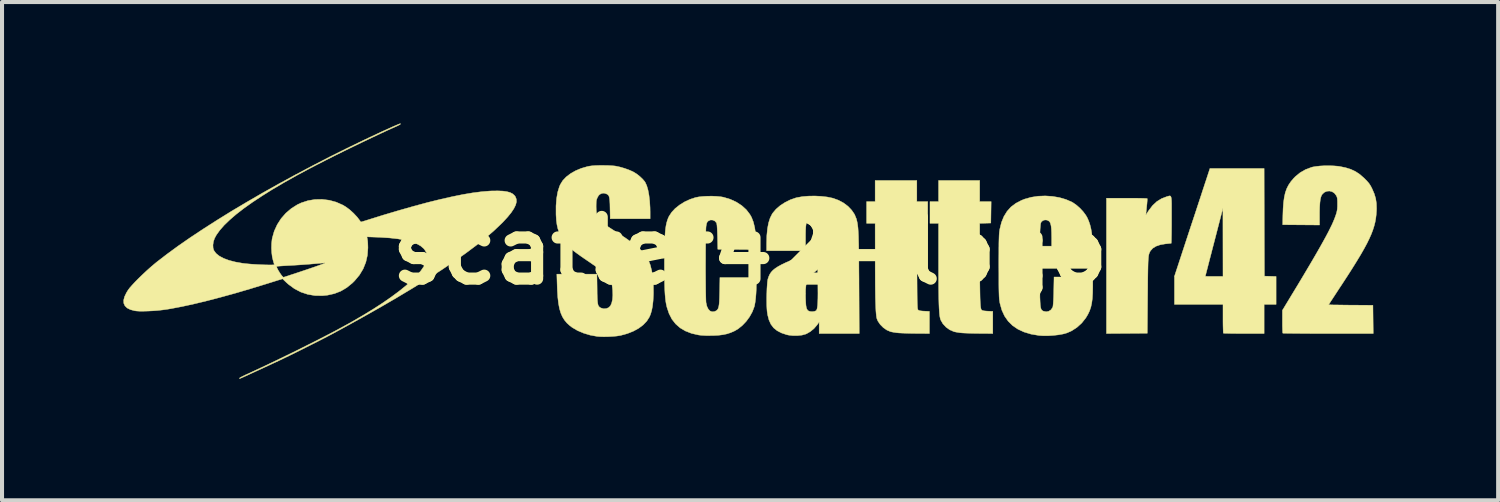
<source format=kicad_pcb>
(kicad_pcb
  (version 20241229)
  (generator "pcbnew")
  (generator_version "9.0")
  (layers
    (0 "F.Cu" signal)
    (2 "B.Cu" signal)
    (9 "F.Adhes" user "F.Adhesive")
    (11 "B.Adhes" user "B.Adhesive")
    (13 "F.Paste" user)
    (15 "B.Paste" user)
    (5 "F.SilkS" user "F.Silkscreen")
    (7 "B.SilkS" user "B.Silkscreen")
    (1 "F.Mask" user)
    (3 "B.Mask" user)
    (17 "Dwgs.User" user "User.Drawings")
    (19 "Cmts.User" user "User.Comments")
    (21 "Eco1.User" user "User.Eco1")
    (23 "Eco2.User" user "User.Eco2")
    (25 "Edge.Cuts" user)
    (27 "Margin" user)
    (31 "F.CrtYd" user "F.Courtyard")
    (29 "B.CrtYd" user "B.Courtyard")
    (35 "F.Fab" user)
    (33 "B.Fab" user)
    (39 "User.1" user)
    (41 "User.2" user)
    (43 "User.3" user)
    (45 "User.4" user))
  (footprint "scatter42-logo"
    (layer "F.Cu")
    (at 15.481 3.144)
    (property "Reference" "scatter42-logo" (at 0 0 0) (layer "F.SilkS") (effects (font (size 1.524 1.524) (thickness 0.3))))
    (attr through_hole)
    (fp_poly (pts (xy 4.12 -1.214) (xy 4.389 -1.214) (xy 4.389 -0.677) (xy 4.12 -0.677) (xy 4.124 0.381) (xy 4.124 0.579) (xy 4.125 0.752) (xy 4.126 0.9) (xy 4.127 1.025) (xy 4.128 1.13) (xy 4.129 1.216) (xy 4.131 1.286) (xy 4.133 1.34) (xy 4.135 1.382) (xy 4.137 1.413) (xy 4.14 1.434) (xy 4.144 1.449) (xy 4.148 1.458) (xy 4.152 1.463) (xy 4.173 1.476) (xy 4.209 1.485) (xy 4.264 1.491) (xy 4.304 1.493) (xy 4.431 1.499) (xy 4.431 2.046) (xy 4.124 2.044) (xy 4.023 2.043) (xy 3.923 2.041) (xy 3.829 2.038) (xy 3.749 2.035) (xy 3.689 2.032) (xy 3.682 2.032) (xy 3.612 2.025) (xy 3.542 2.014) (xy 3.484 2.003) (xy 3.469 1.999) (xy 3.378 1.96) (xy 3.292 1.9) (xy 3.217 1.825) (xy 3.16 1.742) (xy 3.137 1.69) (xy 3.128 1.659) (xy 3.121 1.615) (xy 3.115 1.558) (xy 3.109 1.486) (xy 3.105 1.396) (xy 3.101 1.288) (xy 3.097 1.161) (xy 3.095 1.012) (xy 3.093 0.841) (xy 3.092 0.645) (xy 3.091 0.423) (xy 3.091 0.258) (xy 3.09 -0.677) (xy 2.879 -0.677) (xy 2.879 -1.214) (xy 3.09 -1.214) (xy 3.09 -1.736) (xy 4.12 -1.736) (xy 4.12 -1.214)) (stroke (width 0.01) (type solid)) (fill yes) (layer "F.SilkS"))
    (fp_poly (pts (xy 12.703 -0.702) (xy 12.707 0.628) (xy 12.852 0.632) (xy 12.996 0.636) (xy 12.996 1.326) (xy 12.7 1.326) (xy 12.7 2.046) (xy 12.201 2.046) (xy 12.085 2.046) (xy 11.979 2.045) (xy 11.884 2.044) (xy 11.805 2.042) (xy 11.745 2.041) (xy 11.706 2.039) (xy 11.693 2.037) (xy 11.691 2.021) (xy 11.689 1.98) (xy 11.687 1.919) (xy 11.685 1.842) (xy 11.684 1.752) (xy 11.684 1.677) (xy 11.684 1.326) (xy 10.485 1.326) (xy 10.485 0.631) (xy 11.247 0.631) (xy 11.26 0.633) (xy 11.297 0.634) (xy 11.352 0.634) (xy 11.421 0.635) (xy 11.465 0.635) (xy 11.684 0.635) (xy 11.683 -0.208) (xy 11.682 -1.051) (xy 11.465 -0.212) (xy 11.426 -0.063) (xy 11.39 0.078) (xy 11.356 0.207) (xy 11.326 0.324) (xy 11.3 0.426) (xy 11.278 0.509) (xy 11.262 0.573) (xy 11.251 0.615) (xy 11.247 0.631) (xy 11.247 0.631) (xy 10.485 0.631) (xy 10.485 0.631) (xy 10.824 -0.401) (xy 10.881 -0.574) (xy 10.938 -0.746) (xy 10.994 -0.914) (xy 11.047 -1.076) (xy 11.097 -1.228) (xy 11.143 -1.367) (xy 11.183 -1.491) (xy 11.218 -1.596) (xy 11.245 -1.679) (xy 11.263 -1.732) (xy 11.361 -2.032) (xy 12.7 -2.032) (xy 12.703 -0.702)) (stroke (width 0.01) (type solid)) (fill yes) (layer "F.SilkS"))
    (fp_poly (pts (xy 5.673 -1.214) (xy 5.956 -1.214) (xy 5.948 -0.684) (xy 5.81 -0.68) (xy 5.673 -0.676) (xy 5.674 0.195) (xy 5.674 0.415) (xy 5.675 0.608) (xy 5.676 0.777) (xy 5.678 0.922) (xy 5.68 1.046) (xy 5.682 1.15) (xy 5.685 1.236) (xy 5.689 1.305) (xy 5.693 1.36) (xy 5.698 1.401) (xy 5.704 1.431) (xy 5.711 1.451) (xy 5.718 1.463) (xy 5.718 1.463) (xy 5.74 1.476) (xy 5.776 1.485) (xy 5.833 1.491) (xy 5.87 1.493) (xy 5.997 1.499) (xy 5.997 2.046) (xy 5.69 2.044) (xy 5.59 2.043) (xy 5.489 2.041) (xy 5.395 2.038) (xy 5.315 2.035) (xy 5.255 2.032) (xy 5.248 2.032) (xy 5.178 2.025) (xy 5.109 2.014) (xy 5.052 2.003) (xy 5.037 1.999) (xy 4.934 1.955) (xy 4.842 1.889) (xy 4.764 1.805) (xy 4.712 1.715) (xy 4.702 1.689) (xy 4.694 1.655) (xy 4.686 1.613) (xy 4.68 1.56) (xy 4.675 1.494) (xy 4.67 1.415) (xy 4.666 1.319) (xy 4.663 1.206) (xy 4.661 1.073) (xy 4.659 0.919) (xy 4.658 0.743) (xy 4.657 0.542) (xy 4.657 0.314) (xy 4.657 0.286) (xy 4.657 -0.677) (xy 4.445 -0.677) (xy 4.445 -1.214) (xy 4.657 -1.214) (xy 4.657 -1.736) (xy 5.673 -1.736) (xy 5.673 -1.214)) (stroke (width 0.01) (type solid)) (fill yes) (layer "F.SilkS"))
    (fp_poly (pts (xy 10.382 -1.352) (xy 10.393 -1.342) (xy 10.402 -1.32) (xy 10.408 -1.285) (xy 10.412 -1.235) (xy 10.414 -1.167) (xy 10.414 -1.079) (xy 10.414 -0.968) (xy 10.414 -0.832) (xy 10.414 -0.769) (xy 10.414 -0.644) (xy 10.413 -0.527) (xy 10.412 -0.423) (xy 10.41 -0.334) (xy 10.409 -0.263) (xy 10.407 -0.213) (xy 10.405 -0.186) (xy 10.403 -0.183) (xy 10.386 -0.182) (xy 10.346 -0.178) (xy 10.293 -0.172) (xy 10.26 -0.169) (xy 10.133 -0.147) (xy 10.029 -0.111) (xy 9.949 -0.061) (xy 9.892 0.003) (xy 9.882 0.02) (xy 9.872 0.04) (xy 9.863 0.061) (xy 9.856 0.083) (xy 9.849 0.11) (xy 9.844 0.144) (xy 9.84 0.187) (xy 9.836 0.241) (xy 9.833 0.308) (xy 9.831 0.39) (xy 9.829 0.49) (xy 9.827 0.61) (xy 9.825 0.751) (xy 9.824 0.917) (xy 9.822 1.094) (xy 9.814 2.039) (xy 8.805 2.046) (xy 8.805 -1.298) (xy 9.305 -1.298) (xy 9.421 -1.298) (xy 9.528 -1.297) (xy 9.623 -1.296) (xy 9.701 -1.294) (xy 9.761 -1.292) (xy 9.799 -1.29) (xy 9.812 -1.288) (xy 9.813 -1.27) (xy 9.811 -1.231) (xy 9.807 -1.179) (xy 9.806 -1.164) (xy 9.799 -1.096) (xy 9.792 -1.025) (xy 9.786 -0.967) (xy 9.786 -0.967) (xy 9.778 -0.882) (xy 9.846 -0.988) (xy 9.942 -1.114) (xy 10.048 -1.214) (xy 10.166 -1.287) (xy 10.291 -1.335) (xy 10.321 -1.344) (xy 10.346 -1.351) (xy 10.366 -1.355) (xy 10.382 -1.352)) (stroke (width 0.01) (type solid)) (fill yes) (layer "F.SilkS"))
    (fp_poly (pts (xy -0.822 -1.343) (xy -0.722 -1.333) (xy -0.658 -1.322) (xy -0.49 -1.271) (xy -0.339 -1.202) (xy -0.206 -1.115) (xy -0.094 -1.014) (xy -0.005 -0.898) (xy 0.036 -0.826) (xy 0.081 -0.71) (xy 0.115 -0.57) (xy 0.139 -0.405) (xy 0.151 -0.236) (xy 0.16 -0.028) (xy -0.319 -0.032) (xy -0.797 -0.035) (xy -0.804 -0.346) (xy -0.808 -0.468) (xy -0.813 -0.563) (xy -0.818 -0.632) (xy -0.825 -0.674) (xy -0.829 -0.687) (xy -0.869 -0.733) (xy -0.92 -0.757) (xy -0.975 -0.76) (xy -1.027 -0.738) (xy -1.037 -0.73) (xy -1.059 -0.707) (xy -1.073 -0.675) (xy -1.083 -0.627) (xy -1.087 -0.6) (xy -1.09 -0.565) (xy -1.092 -0.505) (xy -1.094 -0.424) (xy -1.096 -0.324) (xy -1.097 -0.208) (xy -1.098 -0.081) (xy -1.099 0.056) (xy -1.099 0.199) (xy -1.1 0.345) (xy -1.1 0.491) (xy -1.099 0.634) (xy -1.098 0.77) (xy -1.097 0.897) (xy -1.096 1.011) (xy -1.094 1.11) (xy -1.092 1.189) (xy -1.09 1.247) (xy -1.088 1.279) (xy -1.067 1.372) (xy -1.034 1.441) (xy -0.992 1.487) (xy -0.941 1.508) (xy -0.883 1.504) (xy -0.848 1.489) (xy -0.822 1.473) (xy -0.802 1.452) (xy -0.786 1.422) (xy -0.774 1.381) (xy -0.765 1.325) (xy -0.759 1.251) (xy -0.755 1.155) (xy -0.752 1.036) (xy -0.751 1.005) (xy -0.745 0.663) (xy 0.155 0.663) (xy 0.155 0.829) (xy 0.153 0.945) (xy 0.147 1.062) (xy 0.138 1.173) (xy 0.126 1.271) (xy 0.112 1.351) (xy 0.104 1.383) (xy 0.057 1.507) (xy -0.011 1.63) (xy -0.095 1.745) (xy -0.192 1.847) (xy -0.296 1.931) (xy -0.381 1.981) (xy -0.476 2.023) (xy -0.57 2.054) (xy -0.669 2.075) (xy -0.78 2.089) (xy -0.911 2.096) (xy -0.931 2.096) (xy -1.081 2.097) (xy -1.203 2.09) (xy -1.271 2.082) (xy -1.444 2.043) (xy -1.596 1.984) (xy -1.727 1.907) (xy -1.838 1.81) (xy -1.93 1.693) (xy -2.001 1.555) (xy -2.054 1.397) (xy -2.073 1.312) (xy -2.084 1.246) (xy -2.093 1.169) (xy -2.101 1.078) (xy -2.107 0.972) (xy -2.111 0.847) (xy -2.114 0.701) (xy -2.116 0.532) (xy -2.116 0.337) (xy -2.116 0.325) (xy -2.116 0.125) (xy -2.114 -0.049) (xy -2.111 -0.199) (xy -2.105 -0.329) (xy -2.098 -0.44) (xy -2.089 -0.535) (xy -2.077 -0.616) (xy -2.062 -0.687) (xy -2.044 -0.749) (xy -2.024 -0.804) (xy -2.002 -0.851) (xy -1.937 -0.95) (xy -1.849 -1.045) (xy -1.74 -1.131) (xy -1.616 -1.208) (xy -1.479 -1.271) (xy -1.348 -1.314) (xy -1.266 -1.33) (xy -1.164 -1.341) (xy -1.051 -1.347) (xy -0.934 -1.348) (xy -0.822 -1.343)) (stroke (width 0.01) (type solid)) (fill yes) (layer "F.SilkS"))
    (fp_poly (pts (xy 14.42 -2.096) (xy 14.521 -2.088) (xy 14.564 -2.082) (xy 14.715 -2.051) (xy 14.844 -2.01) (xy 14.959 -1.956) (xy 15.064 -1.886) (xy 15.166 -1.797) (xy 15.185 -1.779) (xy 15.243 -1.719) (xy 15.287 -1.669) (xy 15.321 -1.619) (xy 15.353 -1.561) (xy 15.371 -1.524) (xy 15.422 -1.405) (xy 15.456 -1.291) (xy 15.474 -1.172) (xy 15.478 -1.041) (xy 15.476 -0.981) (xy 15.469 -0.886) (xy 15.458 -0.794) (xy 15.441 -0.701) (xy 15.417 -0.608) (xy 15.386 -0.51) (xy 15.347 -0.408) (xy 15.298 -0.298) (xy 15.24 -0.179) (xy 15.17 -0.05) (xy 15.089 0.092) (xy 14.994 0.249) (xy 14.886 0.423) (xy 14.764 0.614) (xy 14.626 0.826) (xy 14.567 0.915) (xy 14.504 1.011) (xy 14.446 1.1) (xy 14.395 1.178) (xy 14.352 1.243) (xy 14.32 1.293) (xy 14.3 1.324) (xy 14.295 1.334) (xy 14.308 1.336) (xy 14.347 1.337) (xy 14.408 1.339) (xy 14.488 1.34) (xy 14.584 1.341) (xy 14.693 1.343) (xy 14.813 1.344) (xy 14.841 1.344) (xy 15.388 1.348) (xy 15.392 1.697) (xy 15.396 2.046) (xy 14.283 2.046) (xy 14.108 2.046) (xy 13.942 2.046) (xy 13.786 2.045) (xy 13.642 2.044) (xy 13.513 2.043) (xy 13.401 2.042) (xy 13.307 2.041) (xy 13.235 2.04) (xy 13.186 2.039) (xy 13.163 2.037) (xy 13.161 2.037) (xy 13.158 2.02) (xy 13.156 1.98) (xy 13.154 1.921) (xy 13.152 1.846) (xy 13.152 1.762) (xy 13.152 1.75) (xy 13.152 1.472) (xy 13.224 1.353) (xy 13.386 1.085) (xy 13.535 0.84) (xy 13.669 0.616) (xy 13.791 0.411) (xy 13.9 0.226) (xy 13.997 0.059) (xy 14.084 -0.093) (xy 14.16 -0.229) (xy 14.227 -0.351) (xy 14.285 -0.46) (xy 14.334 -0.558) (xy 14.377 -0.646) (xy 14.412 -0.725) (xy 14.441 -0.796) (xy 14.465 -0.861) (xy 14.487 -0.927) (xy 14.5 -0.98) (xy 14.508 -1.032) (xy 14.512 -1.094) (xy 14.512 -1.15) (xy 14.512 -1.222) (xy 14.509 -1.273) (xy 14.504 -1.31) (xy 14.493 -1.341) (xy 14.481 -1.365) (xy 14.437 -1.422) (xy 14.379 -1.459) (xy 14.314 -1.475) (xy 14.248 -1.469) (xy 14.187 -1.442) (xy 14.136 -1.394) (xy 14.123 -1.374) (xy 14.104 -1.33) (xy 14.089 -1.269) (xy 14.079 -1.187) (xy 14.072 -1.082) (xy 14.069 -0.954) (xy 14.069 -0.892) (xy 14.069 -0.635) (xy 13.159 -0.642) (xy 13.163 -0.868) (xy 13.169 -1.042) (xy 13.18 -1.192) (xy 13.198 -1.321) (xy 13.223 -1.434) (xy 13.258 -1.533) (xy 13.303 -1.622) (xy 13.359 -1.705) (xy 13.427 -1.786) (xy 13.47 -1.83) (xy 13.588 -1.927) (xy 13.723 -2.005) (xy 13.87 -2.06) (xy 13.899 -2.068) (xy 13.98 -2.082) (xy 14.08 -2.093) (xy 14.192 -2.099) (xy 14.308 -2.1) (xy 14.42 -2.096)) (stroke (width 0.01) (type solid)) (fill yes) (layer "F.SilkS"))
    (fp_poly (pts (xy 7.472 -1.342) (xy 7.643 -1.313) (xy 7.804 -1.266) (xy 7.949 -1.203) (xy 7.982 -1.184) (xy 8.067 -1.124) (xy 8.153 -1.048) (xy 8.232 -0.962) (xy 8.296 -0.875) (xy 8.329 -0.818) (xy 8.367 -0.732) (xy 8.398 -0.641) (xy 8.422 -0.543) (xy 8.441 -0.433) (xy 8.454 -0.308) (xy 8.462 -0.164) (xy 8.466 0.002) (xy 8.467 0.102) (xy 8.467 0.437) (xy 7.151 0.437) (xy 7.157 0.907) (xy 7.159 1.046) (xy 7.161 1.161) (xy 7.165 1.253) (xy 7.169 1.324) (xy 7.175 1.379) (xy 7.183 1.419) (xy 7.194 1.448) (xy 7.208 1.468) (xy 7.225 1.482) (xy 7.246 1.493) (xy 7.252 1.495) (xy 7.317 1.508) (xy 7.379 1.496) (xy 7.432 1.462) (xy 7.471 1.408) (xy 7.481 1.384) (xy 7.485 1.355) (xy 7.49 1.303) (xy 7.495 1.231) (xy 7.499 1.145) (xy 7.502 1.048) (xy 7.503 0.991) (xy 7.51 0.649) (xy 8.467 0.649) (xy 8.467 0.893) (xy 8.464 1.048) (xy 8.456 1.181) (xy 8.441 1.295) (xy 8.419 1.395) (xy 8.388 1.485) (xy 8.348 1.57) (xy 8.297 1.656) (xy 8.293 1.662) (xy 8.193 1.788) (xy 8.075 1.895) (xy 7.944 1.98) (xy 7.822 2.033) (xy 7.731 2.058) (xy 7.62 2.078) (xy 7.497 2.092) (xy 7.371 2.1) (xy 7.249 2.101) (xy 7.14 2.094) (xy 7.133 2.093) (xy 6.939 2.06) (xy 6.767 2.008) (xy 6.616 1.938) (xy 6.485 1.849) (xy 6.376 1.741) (xy 6.288 1.615) (xy 6.221 1.47) (xy 6.175 1.306) (xy 6.17 1.283) (xy 6.165 1.251) (xy 6.16 1.217) (xy 6.156 1.178) (xy 6.153 1.132) (xy 6.151 1.076) (xy 6.149 1.008) (xy 6.147 0.924) (xy 6.146 0.823) (xy 6.146 0.701) (xy 6.146 0.557) (xy 6.145 0.387) (xy 6.145 0.374) (xy 6.145 0.202) (xy 6.146 0.056) (xy 6.146 -0.067) (xy 6.147 -0.113) (xy 7.15 -0.113) (xy 7.451 -0.113) (xy 7.451 -0.321) (xy 7.449 -0.441) (xy 7.445 -0.537) (xy 7.437 -0.61) (xy 7.425 -0.665) (xy 7.408 -0.704) (xy 7.387 -0.73) (xy 7.387 -0.73) (xy 7.339 -0.756) (xy 7.286 -0.761) (xy 7.236 -0.746) (xy 7.197 -0.713) (xy 7.183 -0.686) (xy 7.177 -0.658) (xy 7.172 -0.607) (xy 7.166 -0.539) (xy 7.162 -0.459) (xy 7.159 -0.377) (xy 7.15 -0.113) (xy 6.147 -0.113) (xy 6.147 -0.17) (xy 6.149 -0.255) (xy 6.151 -0.324) (xy 6.153 -0.381) (xy 6.156 -0.428) (xy 6.16 -0.467) (xy 6.165 -0.501) (xy 6.17 -0.533) (xy 6.17 -0.534) (xy 6.212 -0.702) (xy 6.272 -0.848) (xy 6.35 -0.974) (xy 6.447 -1.082) (xy 6.565 -1.171) (xy 6.705 -1.244) (xy 6.785 -1.276) (xy 6.946 -1.321) (xy 7.117 -1.347) (xy 7.294 -1.354) (xy 7.472 -1.342)) (stroke (width 0.01) (type solid)) (fill yes) (layer "F.SilkS"))
    (fp_poly (pts (xy 1.756 -1.344) (xy 1.906 -1.327) (xy 2.04 -1.299) (xy 2.049 -1.297) (xy 2.185 -1.247) (xy 2.31 -1.18) (xy 2.42 -1.097) (xy 2.511 -1.001) (xy 2.582 -0.896) (xy 2.628 -0.783) (xy 2.63 -0.773) (xy 2.639 -0.737) (xy 2.647 -0.7) (xy 2.654 -0.661) (xy 2.66 -0.617) (xy 2.666 -0.567) (xy 2.67 -0.509) (xy 2.674 -0.441) (xy 2.678 -0.361) (xy 2.68 -0.266) (xy 2.683 -0.156) (xy 2.685 -0.028) (xy 2.686 0.12) (xy 2.688 0.289) (xy 2.689 0.482) (xy 2.691 0.701) (xy 2.691 0.801) (xy 2.697 2.046) (xy 1.707 2.046) (xy 1.707 1.759) (xy 1.655 1.835) (xy 1.58 1.922) (xy 1.491 1.996) (xy 1.396 2.051) (xy 1.374 2.06) (xy 1.283 2.085) (xy 1.176 2.097) (xy 1.064 2.098) (xy 0.957 2.086) (xy 0.905 2.075) (xy 0.774 2.031) (xy 0.667 1.975) (xy 0.581 1.905) (xy 0.515 1.818) (xy 0.467 1.712) (xy 0.434 1.585) (xy 0.421 1.499) (xy 0.416 1.432) (xy 0.412 1.347) (xy 0.411 1.25) (xy 0.411 1.147) (xy 0.413 1.067) (xy 1.37 1.067) (xy 1.371 1.168) (xy 1.375 1.268) (xy 1.38 1.344) (xy 1.389 1.4) (xy 1.402 1.439) (xy 1.419 1.467) (xy 1.443 1.487) (xy 1.453 1.492) (xy 1.493 1.503) (xy 1.544 1.505) (xy 1.593 1.498) (xy 1.628 1.483) (xy 1.629 1.482) (xy 1.643 1.465) (xy 1.654 1.438) (xy 1.662 1.397) (xy 1.669 1.341) (xy 1.673 1.266) (xy 1.676 1.171) (xy 1.677 1.054) (xy 1.676 0.91) (xy 1.676 0.89) (xy 1.672 0.46) (xy 1.57 0.548) (xy 1.509 0.605) (xy 1.46 0.66) (xy 1.424 0.719) (xy 1.398 0.784) (xy 1.381 0.861) (xy 1.372 0.954) (xy 1.37 1.067) (xy 0.413 1.067) (xy 0.414 1.042) (xy 0.417 0.941) (xy 0.423 0.849) (xy 0.429 0.772) (xy 0.437 0.715) (xy 0.442 0.695) (xy 0.463 0.633) (xy 0.489 0.578) (xy 0.523 0.528) (xy 0.567 0.481) (xy 0.624 0.435) (xy 0.695 0.389) (xy 0.784 0.341) (xy 0.893 0.289) (xy 1.023 0.232) (xy 1.171 0.17) (xy 1.307 0.114) (xy 1.417 0.064) (xy 1.504 0.022) (xy 1.57 -0.015) (xy 1.615 -0.047) (xy 1.643 -0.075) (xy 1.654 -0.092) (xy 1.661 -0.111) (xy 1.667 -0.138) (xy 1.67 -0.176) (xy 1.672 -0.231) (xy 1.672 -0.308) (xy 1.672 -0.357) (xy 1.671 -0.465) (xy 1.668 -0.549) (xy 1.661 -0.613) (xy 1.65 -0.66) (xy 1.635 -0.694) (xy 1.615 -0.72) (xy 1.609 -0.726) (xy 1.569 -0.748) (xy 1.515 -0.757) (xy 1.463 -0.753) (xy 1.439 -0.745) (xy 1.419 -0.73) (xy 1.403 -0.71) (xy 1.39 -0.681) (xy 1.382 -0.638) (xy 1.376 -0.58) (xy 1.372 -0.502) (xy 1.37 -0.402) (xy 1.37 -0.314) (xy 1.369 0) (xy 0.409 0) (xy 0.409 -0.184) (xy 0.414 -0.376) (xy 0.43 -0.543) (xy 0.457 -0.687) (xy 0.495 -0.807) (xy 0.545 -0.907) (xy 0.561 -0.931) (xy 0.642 -1.027) (xy 0.745 -1.116) (xy 0.865 -1.194) (xy 0.996 -1.259) (xy 1.132 -1.306) (xy 1.157 -1.312) (xy 1.289 -1.336) (xy 1.439 -1.349) (xy 1.597 -1.352) (xy 1.756 -1.344)) (stroke (width 0.01) (type solid)) (fill yes) (layer "F.SilkS"))
    (fp_poly (pts (xy -3.523 -2.106) (xy -3.43 -2.101) (xy -3.353 -2.095) (xy -3.316 -2.09) (xy -3.211 -2.067) (xy -3.101 -2.035) (xy -2.995 -1.997) (xy -2.903 -1.957) (xy -2.869 -1.939) (xy -2.793 -1.891) (xy -2.719 -1.831) (xy -2.653 -1.768) (xy -2.602 -1.708) (xy -2.59 -1.688) (xy -2.553 -1.607) (xy -2.522 -1.501) (xy -2.498 -1.374) (xy -2.481 -1.229) (xy -2.471 -1.069) (xy -2.469 -0.958) (xy -2.469 -0.79) (xy -3.455 -0.79) (xy -3.46 -1.048) (xy -3.462 -1.153) (xy -3.466 -1.234) (xy -3.473 -1.294) (xy -3.483 -1.338) (xy -3.498 -1.368) (xy -3.518 -1.388) (xy -3.546 -1.403) (xy -3.565 -1.41) (xy -3.607 -1.422) (xy -3.641 -1.421) (xy -3.678 -1.41) (xy -3.716 -1.39) (xy -3.745 -1.36) (xy -3.768 -1.319) (xy -3.784 -1.284) (xy -3.794 -1.251) (xy -3.8 -1.212) (xy -3.802 -1.159) (xy -3.803 -1.094) (xy -3.801 -1.007) (xy -3.794 -0.934) (xy -3.779 -0.871) (xy -3.755 -0.815) (xy -3.719 -0.762) (xy -3.668 -0.711) (xy -3.6 -0.656) (xy -3.513 -0.595) (xy -3.404 -0.525) (xy -3.369 -0.503) (xy -3.193 -0.391) (xy -3.041 -0.288) (xy -2.91 -0.195) (xy -2.801 -0.108) (xy -2.709 -0.026) (xy -2.634 0.052) (xy -2.575 0.127) (xy -2.528 0.203) (xy -2.511 0.234) (xy -2.465 0.354) (xy -2.429 0.498) (xy -2.403 0.662) (xy -2.389 0.844) (xy -2.387 1.04) (xy -2.388 1.092) (xy -2.396 1.241) (xy -2.41 1.367) (xy -2.43 1.473) (xy -2.457 1.565) (xy -2.486 1.635) (xy -2.551 1.738) (xy -2.641 1.833) (xy -2.753 1.917) (xy -2.885 1.989) (xy -3.034 2.048) (xy -3.199 2.093) (xy -3.209 2.095) (xy -3.292 2.108) (xy -3.394 2.117) (xy -3.505 2.123) (xy -3.615 2.125) (xy -3.716 2.122) (xy -3.782 2.116) (xy -3.952 2.085) (xy -4.114 2.036) (xy -4.265 1.972) (xy -4.397 1.894) (xy -4.451 1.853) (xy -4.524 1.787) (xy -4.585 1.714) (xy -4.636 1.632) (xy -4.677 1.538) (xy -4.709 1.428) (xy -4.733 1.301) (xy -4.75 1.154) (xy -4.761 0.983) (xy -4.765 0.878) (xy -4.774 0.579) (xy -3.784 0.579) (xy -3.779 0.942) (xy -3.778 1.063) (xy -3.775 1.16) (xy -3.771 1.235) (xy -3.765 1.291) (xy -3.757 1.333) (xy -3.745 1.363) (xy -3.729 1.384) (xy -3.709 1.401) (xy -3.683 1.415) (xy -3.619 1.434) (xy -3.55 1.429) (xy -3.491 1.404) (xy -3.449 1.361) (xy -3.419 1.294) (xy -3.399 1.206) (xy -3.391 1.1) (xy -3.395 0.977) (xy -3.4 0.925) (xy -3.41 0.851) (xy -3.422 0.788) (xy -3.441 0.732) (xy -3.467 0.681) (xy -3.504 0.632) (xy -3.553 0.581) (xy -3.618 0.527) (xy -3.7 0.465) (xy -3.802 0.394) (xy -3.888 0.336) (xy -4.035 0.235) (xy -4.162 0.148) (xy -4.268 0.072) (xy -4.357 0.006) (xy -4.431 -0.053) (xy -4.492 -0.106) (xy -4.542 -0.155) (xy -4.583 -0.202) (xy -4.617 -0.249) (xy -4.646 -0.298) (xy -4.673 -0.35) (xy -4.676 -0.355) (xy -4.717 -0.45) (xy -4.748 -0.542) (xy -4.77 -0.639) (xy -4.785 -0.747) (xy -4.793 -0.874) (xy -4.794 -0.904) (xy -4.794 -1.107) (xy -4.78 -1.289) (xy -4.752 -1.45) (xy -4.709 -1.588) (xy -4.688 -1.636) (xy -4.628 -1.733) (xy -4.543 -1.823) (xy -4.437 -1.904) (xy -4.313 -1.975) (xy -4.174 -2.034) (xy -4.023 -2.078) (xy -3.965 -2.09) (xy -3.904 -2.098) (xy -3.822 -2.104) (xy -3.726 -2.107) (xy -3.624 -2.107) (xy -3.523 -2.106)) (stroke (width 0.01) (type solid)) (fill yes) (layer "F.SilkS"))
    (fp_poly (pts (xy -8.638 -3.139) (xy -8.636 -3.131) (xy -8.648 -3.119) (xy -8.676 -3.103) (xy -8.725 -3.079) (xy -8.777 -3.056) (xy -8.951 -2.978) (xy -9.145 -2.888) (xy -9.354 -2.789) (xy -9.575 -2.684) (xy -9.802 -2.574) (xy -10.03 -2.463) (xy -10.256 -2.351) (xy -10.474 -2.241) (xy -10.679 -2.136) (xy -10.868 -2.038) (xy -10.88 -2.032) (xy -11.21 -1.855) (xy -11.517 -1.682) (xy -11.801 -1.515) (xy -12.061 -1.352) (xy -12.298 -1.195) (xy -12.509 -1.045) (xy -12.696 -0.9) (xy -12.857 -0.761) (xy -12.993 -0.63) (xy -13.102 -0.505) (xy -13.186 -0.388) (xy -13.231 -0.304) (xy -13.258 -0.224) (xy -13.27 -0.141) (xy -13.266 -0.065) (xy -13.247 -0.006) (xy -13.193 0.067) (xy -13.112 0.132) (xy -13.005 0.189) (xy -12.874 0.238) (xy -12.719 0.278) (xy -12.54 0.31) (xy -12.474 0.318) (xy -12.404 0.325) (xy -12.322 0.332) (xy -12.233 0.338) (xy -12.14 0.343) (xy -12.049 0.347) (xy -11.963 0.35) (xy -11.886 0.351) (xy -11.823 0.351) (xy -11.779 0.35) (xy -11.756 0.346) (xy -11.755 0.344) (xy -11.759 0.325) (xy -11.77 0.288) (xy -11.784 0.24) (xy -11.805 0.153) (xy -11.818 0.048) (xy -11.824 -0.065) (xy -11.821 -0.178) (xy -11.81 -0.282) (xy -11.805 -0.311) (xy -11.756 -0.483) (xy -11.682 -0.645) (xy -11.586 -0.794) (xy -11.469 -0.928) (xy -11.334 -1.043) (xy -11.184 -1.138) (xy -11.09 -1.182) (xy -10.922 -1.237) (xy -10.748 -1.266) (xy -10.572 -1.269) (xy -10.396 -1.247) (xy -10.227 -1.201) (xy -10.066 -1.13) (xy -9.988 -1.084) (xy -9.892 -1.013) (xy -9.796 -0.926) (xy -9.708 -0.832) (xy -9.636 -0.738) (xy -9.617 -0.71) (xy -9.604 -0.713) (xy -9.57 -0.722) (xy -9.52 -0.737) (xy -9.482 -0.749) (xy -9.066 -0.879) (xy -8.675 -0.995) (xy -8.309 -1.099) (xy -7.968 -1.191) (xy -7.652 -1.269) (xy -7.36 -1.335) (xy -7.093 -1.389) (xy -6.85 -1.43) (xy -6.631 -1.458) (xy -6.436 -1.474) (xy -6.371 -1.477) (xy -6.225 -1.478) (xy -6.104 -1.473) (xy -6.006 -1.459) (xy -5.927 -1.437) (xy -5.866 -1.406) (xy -5.82 -1.365) (xy -5.798 -1.335) (xy -5.775 -1.275) (xy -5.772 -1.206) (xy -5.792 -1.129) (xy -5.835 -1.042) (xy -5.9 -0.944) (xy -5.989 -0.834) (xy -6.102 -0.711) (xy -6.158 -0.656) (xy -6.335 -0.488) (xy -6.54 -0.312) (xy -6.771 -0.128) (xy -7.029 0.065) (xy -7.314 0.266) (xy -7.626 0.476) (xy -7.965 0.695) (xy -8.33 0.921) (xy -8.722 1.156) (xy -9.141 1.4) (xy -9.586 1.651) (xy -10.058 1.912) (xy -10.365 2.078) (xy -10.452 2.124) (xy -10.559 2.179) (xy -10.683 2.243) (xy -10.819 2.311) (xy -10.962 2.383) (xy -11.107 2.456) (xy -11.25 2.527) (xy -11.387 2.594) (xy -11.513 2.655) (xy -11.623 2.708) (xy -11.649 2.72) (xy -11.726 2.756) (xy -11.815 2.797) (xy -11.911 2.842) (xy -12.013 2.889) (xy -12.116 2.937) (xy -12.217 2.983) (xy -12.313 3.027) (xy -12.401 3.068) (xy -12.478 3.103) (xy -12.54 3.131) (xy -12.584 3.15) (xy -12.607 3.16) (xy -12.61 3.161) (xy -12.615 3.15) (xy -12.615 3.149) (xy -12.603 3.139) (xy -12.57 3.12) (xy -12.52 3.095) (xy -12.458 3.065) (xy -12.435 3.055) (xy -12.208 2.95) (xy -11.965 2.836) (xy -11.713 2.716) (xy -11.456 2.591) (xy -11.198 2.465) (xy -10.945 2.338) (xy -10.7 2.215) (xy -10.468 2.096) (xy -10.254 1.984) (xy -10.111 1.907) (xy -9.826 1.75) (xy -9.558 1.594) (xy -9.307 1.441) (xy -9.076 1.291) (xy -8.864 1.144) (xy -8.673 1.002) (xy -8.503 0.865) (xy -8.355 0.734) (xy -8.231 0.61) (xy -8.131 0.493) (xy -8.056 0.384) (xy -8.016 0.306) (xy -7.985 0.21) (xy -7.978 0.123) (xy -7.998 0.044) (xy -8.043 -0.03) (xy -8.065 -0.056) (xy -8.141 -0.12) (xy -8.242 -0.175) (xy -8.369 -0.222) (xy -8.521 -0.261) (xy -8.699 -0.293) (xy -8.903 -0.316) (xy -9.134 -0.331) (xy -9.21 -0.334) (xy -9.466 -0.343) (xy -9.454 -0.281) (xy -9.448 -0.24) (xy -9.444 -0.18) (xy -9.442 -0.111) (xy -9.441 -0.071) (xy -9.454 0.111) (xy -9.493 0.284) (xy -9.559 0.448) (xy -9.651 0.601) (xy -9.769 0.742) (xy -9.826 0.799) (xy -9.965 0.912) (xy -10.112 0.999) (xy -10.269 1.06) (xy -10.439 1.098) (xy -10.565 1.111) (xy -10.75 1.108) (xy -10.928 1.078) (xy -11.097 1.022) (xy -11.255 0.94) (xy -11.401 0.833) (xy -11.45 0.79) (xy -11.551 0.694) (xy -11.931 0.813) (xy -12.336 0.937) (xy -12.72 1.05) (xy -13.083 1.15) (xy -13.424 1.239) (xy -13.743 1.316) (xy -14.038 1.38) (xy -14.31 1.432) (xy -14.407 1.448) (xy -14.515 1.463) (xy -14.632 1.476) (xy -14.753 1.485) (xy -14.873 1.491) (xy -14.984 1.494) (xy -15.083 1.494) (xy -15.163 1.489) (xy -15.205 1.483) (xy -15.31 1.455) (xy -15.39 1.415) (xy -15.444 1.362) (xy -15.473 1.298) (xy -15.476 1.222) (xy -15.453 1.134) (xy -15.405 1.034) (xy -15.367 0.973) (xy -15.327 0.919) (xy -15.267 0.851) (xy -15.193 0.771) (xy -15.108 0.685) (xy -15.014 0.594) (xy -14.917 0.503) (xy -14.819 0.415) (xy -14.787 0.388) (xy -11.695 0.388) (xy -11.695 0.405) (xy -11.681 0.439) (xy -11.657 0.484) (xy -11.627 0.533) (xy -11.596 0.581) (xy -11.565 0.621) (xy -11.54 0.648) (xy -11.525 0.656) (xy -11.507 0.65) (xy -11.466 0.637) (xy -11.407 0.618) (xy -11.333 0.593) (xy -11.248 0.566) (xy -11.204 0.551) (xy -11.099 0.516) (xy -10.986 0.478) (xy -10.874 0.44) (xy -10.771 0.405) (xy -10.687 0.375) (xy -10.682 0.374) (xy -10.603 0.345) (xy -10.547 0.325) (xy -10.514 0.311) (xy -10.501 0.304) (xy -10.506 0.301) (xy -10.526 0.301) (xy -10.548 0.303) (xy -10.727 0.319) (xy -10.882 0.332) (xy -11.019 0.342) (xy -11.144 0.351) (xy -11.26 0.358) (xy -11.374 0.365) (xy -11.407 0.366) (xy -11.493 0.371) (xy -11.569 0.376) (xy -11.631 0.38) (xy -11.674 0.384) (xy -11.694 0.387) (xy -11.695 0.388) (xy -14.787 0.388) (xy -14.723 0.333) (xy -14.66 0.281) (xy -14.408 0.087) (xy -14.132 -0.115) (xy -13.832 -0.323) (xy -13.511 -0.536) (xy -13.17 -0.754) (xy -12.812 -0.976) (xy -12.437 -1.199) (xy -12.049 -1.424) (xy -11.648 -1.649) (xy -11.237 -1.873) (xy -10.818 -2.095) (xy -10.392 -2.315) (xy -9.96 -2.53) (xy -9.526 -2.74) (xy -9.091 -2.944) (xy -8.905 -3.028) (xy -8.826 -3.064) (xy -8.756 -3.094) (xy -8.699 -3.118) (xy -8.659 -3.134) (xy -8.639 -3.139) (xy -8.638 -3.139)) (stroke (width 0.01) (type solid)) (fill yes) (layer "F.SilkS")))
  (gr_rect
    (start -3 -3)
    (end 33.963 9.31)
    (stroke (width 0.1) (type default))
    (fill no)
    (layer "Edge.Cuts")))
</source>
